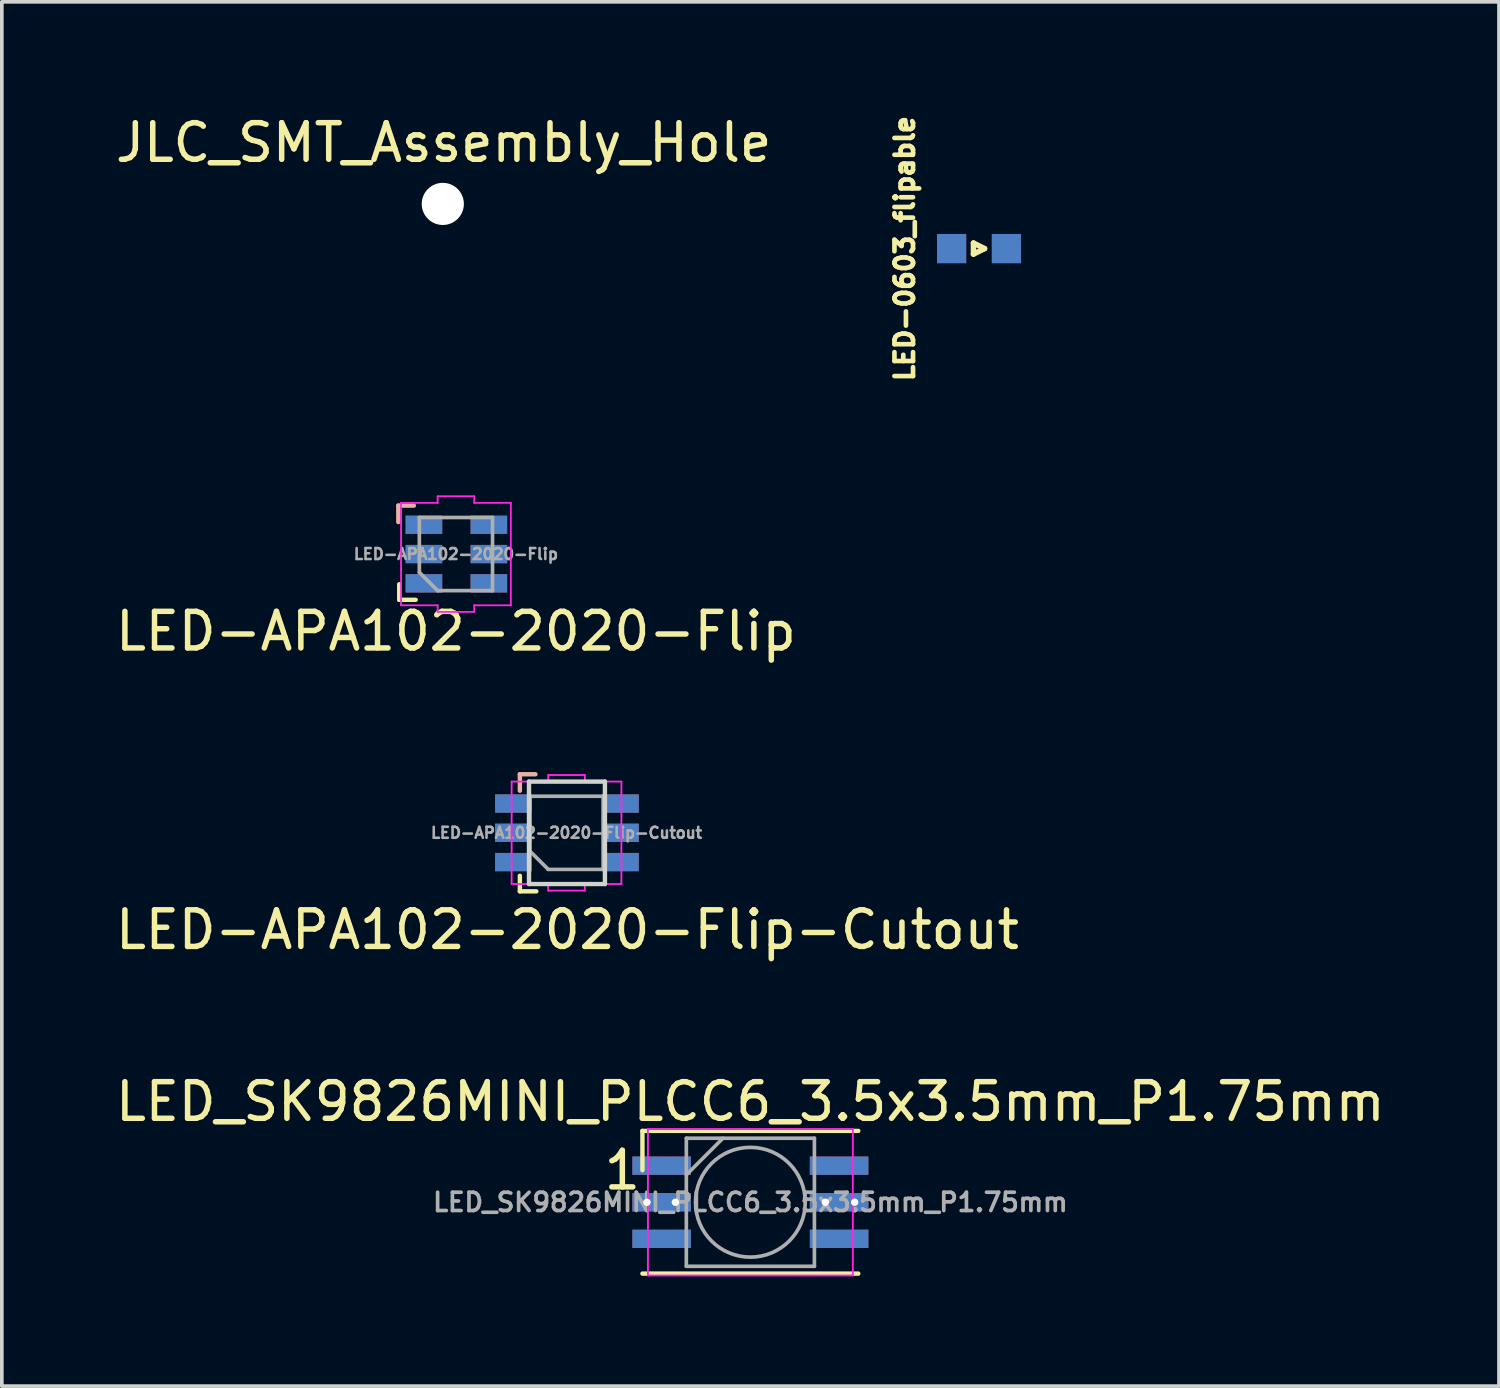
<source format=kicad_pcb>
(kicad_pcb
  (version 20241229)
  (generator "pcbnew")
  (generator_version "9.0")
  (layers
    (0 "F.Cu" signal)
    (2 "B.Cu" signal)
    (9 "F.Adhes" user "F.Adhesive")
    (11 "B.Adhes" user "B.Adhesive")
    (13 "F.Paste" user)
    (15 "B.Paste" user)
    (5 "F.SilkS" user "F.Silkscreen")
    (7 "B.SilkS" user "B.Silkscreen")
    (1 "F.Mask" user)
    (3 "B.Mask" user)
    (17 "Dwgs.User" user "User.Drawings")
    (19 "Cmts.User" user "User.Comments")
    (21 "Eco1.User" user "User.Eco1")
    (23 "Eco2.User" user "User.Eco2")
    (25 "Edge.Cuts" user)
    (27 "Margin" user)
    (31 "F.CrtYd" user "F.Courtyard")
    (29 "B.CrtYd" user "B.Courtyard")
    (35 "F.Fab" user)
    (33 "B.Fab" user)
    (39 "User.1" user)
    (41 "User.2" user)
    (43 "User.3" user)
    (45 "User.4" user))
  (footprint "LED_SK9826MINI_PLCC6_3.5x3.5mm_P1.75mm"
    (layer "F.Cu")
    (at 17.458 29.808)
    (property "Reference" "LED_SK9826MINI_PLCC6_3.5x3.5mm_P1.75mm" (at 0 -2.75 0) (layer "F.SilkS") (effects (font (size 1 1) (thickness 0.15))))
    (attr smd)
    (fp_line (start -2.95 -1.95) (end 2.95 -1.95) (stroke (width 0.12) (type solid)) (layer "F.SilkS"))
    (fp_line (start -2.95 -0.875) (end -2.95 -1.95) (stroke (width 0.12) (type solid)) (layer "F.SilkS"))
    (fp_line (start -2.95 1.95) (end 2.95 1.95) (stroke (width 0.12) (type solid)) (layer "F.SilkS"))
    (fp_line (start -2.8 -2) (end -2.8 2) (stroke (width 0.05) (type solid)) (layer "F.CrtYd"))
    (fp_line (start -2.8 2) (end 2.8 2) (stroke (width 0.05) (type solid)) (layer "F.CrtYd"))
    (fp_line (start 2.8 -2) (end -2.8 -2) (stroke (width 0.05) (type solid)) (layer "F.CrtYd"))
    (fp_line (start 2.8 2) (end 2.8 -2) (stroke (width 0.05) (type solid)) (layer "F.CrtYd"))
    (fp_line (start -1.75 -1.75) (end -1.75 1.75) (stroke (width 0.1) (type solid)) (layer "F.Fab"))
    (fp_line (start -1.75 -0.75) (end -0.75 -1.75) (stroke (width 0.1) (type solid)) (layer "F.Fab"))
    (fp_line (start -1.75 1.75) (end 1.75 1.75) (stroke (width 0.1) (type solid)) (layer "F.Fab"))
    (fp_line (start 1.75 -1.75) (end -1.75 -1.75) (stroke (width 0.1) (type solid)) (layer "F.Fab"))
    (fp_line (start 1.75 1.75) (end 1.75 -1.75) (stroke (width 0.1) (type solid)) (layer "F.Fab"))
    (fp_circle (center 0 0) (end 0 -1.5) (stroke (width 0.1) (type solid)) (fill no) (layer "F.Fab"))
    (fp_text user "1" (at -3.5 -0.875 0) (layer "F.SilkS") (effects (font (size 1 1) (thickness 0.15))))
    (fp_text user "${REFERENCE}" (at 0 0 0) (layer "F.Fab") (effects (font (size 0.5 0.5) (thickness 0.1))))
    (pad "1" smd rect (at -2.425 -1) (size 1.6 0.5) (layers "B.Cu" "B.Mask" "B.Paste"))
    (pad "1" smd rect (at -2.425 1) (size 1.6 0.5) (layers "F.Cu" "F.Mask" "F.Paste"))
    (pad "2" thru_hole circle (at -2.825 0) (size 0.457 0.457) (drill 0.203) (layers "*.Cu" "*.Mask"))
    (pad "2" smd rect (at -2.425 0) (size 1.6 0.5) (layers "F.Cu" "F.Mask" "F.Paste"))
    (pad "2" smd rect (at -2.425 0) (size 1.6 0.5) (layers "B.Cu" "B.Mask" "B.Paste"))
    (pad "2" thru_hole circle (at -2.05 0) (size 0.457 0.457) (drill 0.203) (layers "*.Cu" "*.Mask"))
    (pad "3" smd rect (at -2.425 -1) (size 1.6 0.5) (layers "F.Cu" "F.Mask" "F.Paste"))
    (pad "3" smd rect (at -2.425 1) (size 1.6 0.5) (layers "B.Cu" "B.Mask" "B.Paste"))
    (pad "4" smd rect (at 2.425 -1) (size 1.6 0.5) (layers "F.Cu" "F.Mask" "F.Paste"))
    (pad "4" smd rect (at 2.425 1 180) (size 1.6 0.5) (layers "B.Cu" "B.Mask" "B.Paste"))
    (pad "5" thru_hole circle (at 2.05 0) (size 0.457 0.457) (drill 0.203) (layers "*.Cu" "*.Mask"))
    (pad "5" smd rect (at 2.425 0) (size 1.6 0.5) (layers "F.Cu" "F.Mask" "F.Paste"))
    (pad "5" smd rect (at 2.425 0 180) (size 1.6 0.5) (layers "B.Cu" "B.Mask" "B.Paste"))
    (pad "5" thru_hole circle (at 2.85 0) (size 0.457 0.457) (drill 0.203) (layers "*.Cu" "*.Mask"))
    (pad "6" smd rect (at 2.425 -1 180) (size 1.6 0.5) (layers "B.Cu" "B.Mask" "B.Paste"))
    (pad "6" smd rect (at 2.425 1) (size 1.6 0.5) (layers "F.Cu" "F.Mask" "F.Paste")))
  (footprint "JLC_SMT_Assembly_Hole"
    (layer "F.Cu")
    (at 9.077 0.348)
    (property "Reference" "JLC_SMT_Assembly_Hole" (at 0 0.5 0) (layer "F.SilkS") (effects (font (size 1 1) (thickness 0.15))))
    (attr through_hole)
    (pad "" np_thru_hole circle (at -0.025 2.175) (size 1.152 1.152) (drill 1.152) (layers "*.Cu" "*.Mask")))
  (footprint "LED-0603_flipable"
    (layer "F.Cu")
    (at 23.707 3.744)
    (property "Reference" "LED-0603_flipable" (at -2.032 0 90) (layer "F.SilkS") (effects (font (size 0.508 0.508) (thickness 0.127))))
    (attr smd)
    (fp_line (start -0.152 -0.152) (end 0.152 0) (stroke (width 0.15) (type solid)) (layer "F.SilkS"))
    (fp_line (start -0.152 0.152) (end -0.152 -0.152) (stroke (width 0.15) (type solid)) (layer "F.SilkS"))
    (fp_line (start 0.152 0) (end -0.152 0.152) (stroke (width 0.15) (type solid)) (layer "F.SilkS"))
    (pad "1" smd rect (at -0.749 0) (size 0.798 0.798) (layers "F.Cu" "F.Mask" "F.Paste"))
    (pad "1" smd rect (at -0.749 0) (size 0.798 0.798) (layers "B.Cu" "B.Mask" "B.Paste"))
    (pad "2" smd rect (at 0.749 0) (size 0.798 0.798) (layers "F.Cu" "F.Mask" "F.Paste"))
    (pad "2" smd rect (at 0.749 0) (size 0.798 0.798) (layers "B.Cu" "B.Mask" "B.Paste")))
  (footprint "LED-APA102-2020-Flip"
    (layer "F.Cu")
    (at 9.411 12.093)
    (property "Reference" "LED-APA102-2020-Flip" (at 0 2.11 0) (layer "F.SilkS") (effects (font (size 1 1) (thickness 0.15))))
    (attr smd)
    (fp_line (start -1.55 1.25) (end -1.55 0.825) (stroke (width 0.12) (type solid)) (layer "F.SilkS"))
    (fp_line (start -1.55 1.25) (end -1.1 1.25) (stroke (width 0.12) (type solid)) (layer "F.SilkS"))
    (fp_line (start -1.575 -1.325) (end -1.575 -0.875) (stroke (width 0.12) (type solid)) (layer "B.SilkS"))
    (fp_line (start -1.575 -1.325) (end -1.15 -1.325) (stroke (width 0.12) (type solid)) (layer "B.SilkS"))
    (fp_line (start -1.5 -1.4) (end -1.5 1.4) (stroke (width 0.05) (type solid)) (layer "F.CrtYd"))
    (fp_line (start -1.5 -1.4) (end -0.5 -1.4) (stroke (width 0.05) (type solid)) (layer "F.CrtYd"))
    (fp_line (start -0.5 -1.58) (end 0.5 -1.58) (stroke (width 0.05) (type solid)) (layer "F.CrtYd"))
    (fp_line (start -0.5 -1.4) (end -0.5 -1.58) (stroke (width 0.05) (type solid)) (layer "F.CrtYd"))
    (fp_line (start -0.5 1.4) (end -1.5 1.4) (stroke (width 0.05) (type solid)) (layer "F.CrtYd"))
    (fp_line (start -0.5 1.4) (end -0.5 1.58) (stroke (width 0.05) (type solid)) (layer "F.CrtYd"))
    (fp_line (start -0.5 1.58) (end 0.5 1.58) (stroke (width 0.05) (type solid)) (layer "F.CrtYd"))
    (fp_line (start 0.5 -1.58) (end 0.5 -1.4) (stroke (width 0.05) (type solid)) (layer "F.CrtYd"))
    (fp_line (start 0.5 -1.4) (end 1.5 -1.4) (stroke (width 0.05) (type solid)) (layer "F.CrtYd"))
    (fp_line (start 0.5 1.58) (end 0.5 1.4) (stroke (width 0.05) (type solid)) (layer "F.CrtYd"))
    (fp_line (start 1.5 -1.4) (end 1.5 1.4) (stroke (width 0.05) (type solid)) (layer "F.CrtYd"))
    (fp_line (start 1.5 1.4) (end 0.5 1.4) (stroke (width 0.05) (type solid)) (layer "F.CrtYd"))
    (fp_line (start -1 -1) (end 1 -1) (stroke (width 0.1) (type solid)) (layer "F.Fab"))
    (fp_line (start -1 0.5) (end -1 -1) (stroke (width 0.1) (type solid)) (layer "F.Fab"))
    (fp_line (start -1 0.5) (end -0.5 1) (stroke (width 0.1) (type solid)) (layer "F.Fab"))
    (fp_line (start 1 -1) (end 1 1) (stroke (width 0.1) (type solid)) (layer "F.Fab"))
    (fp_line (start 1 1) (end -0.5 1) (stroke (width 0.1) (type solid)) (layer "F.Fab"))
    (fp_text user "${REFERENCE}" (at 0 0 0) (layer "F.Fab") (effects (font (size 0.3 0.3) (thickness 0.07))))
    (pad "1" smd rect (at -0.875 -0.8) (size 1 0.5) (layers "B.Cu" "B.Mask" "B.Paste"))
    (pad "1" smd rect (at -0.875 0.8) (size 1 0.5) (layers "F.Cu" "F.Mask" "F.Paste"))
    (pad "2" smd rect (at -0.875 0) (size 1 0.5) (layers "F.Cu" "F.Mask" "F.Paste"))
    (pad "2" smd rect (at -0.875 0) (size 1 0.5) (layers "B.Cu" "B.Mask" "B.Paste"))
    (pad "3" smd rect (at -0.875 -0.8) (size 1 0.5) (layers "F.Cu" "F.Mask" "F.Paste"))
    (pad "3" smd rect (at -0.875 0.8) (size 1 0.5) (layers "B.Cu" "B.Mask" "B.Paste"))
    (pad "4" smd rect (at 0.9 -0.8) (size 1 0.5) (layers "B.Cu" "B.Mask" "B.Paste"))
    (pad "4" smd rect (at 0.9 0.8) (size 1 0.5) (layers "F.Cu" "F.Mask" "F.Paste"))
    (pad "5" smd rect (at 0.9 0) (size 1 0.5) (layers "F.Cu" "F.Mask" "F.Paste"))
    (pad "5" smd rect (at 0.9 0) (size 1 0.5) (layers "B.Cu" "B.Mask" "B.Paste"))
    (pad "6" smd rect (at 0.9 -0.8) (size 1 0.5) (layers "F.Cu" "F.Mask" "F.Paste"))
    (pad "6" smd rect (at 0.9 0.8) (size 1 0.5) (layers "B.Cu" "B.Mask" "B.Paste")))
  (footprint "LED-APA102-2020-Flip-Cutout"
    (layer "F.Cu")
    (at 12.433 19.711)
    (property "Reference" "LED-APA102-2020-Flip-Cutout" (at 0.025 2.65 0) (layer "F.SilkS") (effects (font (size 1 1) (thickness 0.15))))
    (attr smd)
    (fp_line (start -1.275 1.6) (end -1.275 1.175) (stroke (width 0.12) (type solid)) (layer "F.SilkS"))
    (fp_line (start -1.275 1.6) (end -0.825 1.6) (stroke (width 0.12) (type solid)) (layer "F.SilkS"))
    (fp_line (start -1.275 -1.6) (end -1.275 -1.15) (stroke (width 0.12) (type solid)) (layer "B.SilkS"))
    (fp_line (start -1.275 -1.6) (end -0.85 -1.6) (stroke (width 0.12) (type solid)) (layer "B.SilkS"))
    (fp_line (start -1.025 -1.4) (end -1.025 1.4) (stroke (width 0.12) (type solid)) (layer "Edge.Cuts"))
    (fp_line (start -1.025 1.4) (end 1.05 1.4) (stroke (width 0.12) (type solid)) (layer "Edge.Cuts"))
    (fp_line (start 1.05 -1.4) (end -1.025 -1.4) (stroke (width 0.12) (type solid)) (layer "Edge.Cuts"))
    (fp_line (start 1.05 1.4) (end 1.05 -1.4) (stroke (width 0.12) (type solid)) (layer "Edge.Cuts"))
    (fp_line (start -1.5 -1.4) (end -1.5 1.4) (stroke (width 0.05) (type solid)) (layer "F.CrtYd"))
    (fp_line (start -1.5 -1.4) (end -0.5 -1.4) (stroke (width 0.05) (type solid)) (layer "F.CrtYd"))
    (fp_line (start -0.5 -1.58) (end 0.5 -1.58) (stroke (width 0.05) (type solid)) (layer "F.CrtYd"))
    (fp_line (start -0.5 -1.4) (end -0.5 -1.58) (stroke (width 0.05) (type solid)) (layer "F.CrtYd"))
    (fp_line (start -0.5 1.4) (end -1.5 1.4) (stroke (width 0.05) (type solid)) (layer "F.CrtYd"))
    (fp_line (start -0.5 1.4) (end -0.5 1.58) (stroke (width 0.05) (type solid)) (layer "F.CrtYd"))
    (fp_line (start -0.5 1.58) (end 0.5 1.58) (stroke (width 0.05) (type solid)) (layer "F.CrtYd"))
    (fp_line (start 0.5 -1.58) (end 0.5 -1.4) (stroke (width 0.05) (type solid)) (layer "F.CrtYd"))
    (fp_line (start 0.5 -1.4) (end 1.5 -1.4) (stroke (width 0.05) (type solid)) (layer "F.CrtYd"))
    (fp_line (start 0.5 1.58) (end 0.5 1.4) (stroke (width 0.05) (type solid)) (layer "F.CrtYd"))
    (fp_line (start 1.5 -1.4) (end 1.5 1.4) (stroke (width 0.05) (type solid)) (layer "F.CrtYd"))
    (fp_line (start 1.5 1.4) (end 0.5 1.4) (stroke (width 0.05) (type solid)) (layer "F.CrtYd"))
    (fp_line (start -1 -1) (end 1 -1) (stroke (width 0.1) (type solid)) (layer "F.Fab"))
    (fp_line (start -1 0.5) (end -1 -1) (stroke (width 0.1) (type solid)) (layer "F.Fab"))
    (fp_line (start -1 0.5) (end -0.5 1) (stroke (width 0.1) (type solid)) (layer "F.Fab"))
    (fp_line (start 1 -1) (end 1 1) (stroke (width 0.1) (type solid)) (layer "F.Fab"))
    (fp_line (start 1 1) (end -0.5 1) (stroke (width 0.1) (type solid)) (layer "F.Fab"))
    (fp_text user "${REFERENCE}" (at 0 0 0) (layer "F.Fab") (effects (font (size 0.3 0.3) (thickness 0.07))))
    (pad "1" smd rect (at -1.45 -0.8) (size 1 0.5) (layers "B.Cu" "B.Mask" "B.Paste"))
    (pad "1" smd rect (at -1.45 0.8) (size 1 0.5) (layers "F.Cu" "F.Mask" "F.Paste"))
    (pad "2" smd rect (at -1.45 0) (size 1 0.5) (layers "F.Cu" "F.Mask" "F.Paste"))
    (pad "2" smd rect (at -1.45 0) (size 1 0.5) (layers "B.Cu" "B.Mask" "B.Paste"))
    (pad "3" smd rect (at -1.45 -0.8) (size 1 0.5) (layers "F.Cu" "F.Mask" "F.Paste"))
    (pad "3" smd rect (at -1.45 0.8) (size 1 0.5) (layers "B.Cu" "B.Mask" "B.Paste"))
    (pad "4" smd rect (at 1.475 -0.8) (size 1 0.5) (layers "B.Cu" "B.Mask" "B.Paste"))
    (pad "4" smd rect (at 1.475 0.8) (size 1 0.5) (layers "F.Cu" "F.Mask" "F.Paste"))
    (pad "5" smd rect (at 1.475 0) (size 1 0.5) (layers "F.Cu" "F.Mask" "F.Paste"))
    (pad "5" smd rect (at 1.475 0) (size 1 0.5) (layers "B.Cu" "B.Mask" "B.Paste"))
    (pad "6" smd rect (at 1.475 -0.8) (size 1 0.5) (layers "F.Cu" "F.Mask" "F.Paste"))
    (pad "6" smd rect (at 1.475 0.8) (size 1 0.5) (layers "B.Cu" "B.Mask" "B.Paste")))
  (gr_rect
    (start -3 -3)
    (end 37.917 34.833)
    (stroke (width 0.1) (type default))
    (fill no)
    (layer "Edge.Cuts")))
</source>
